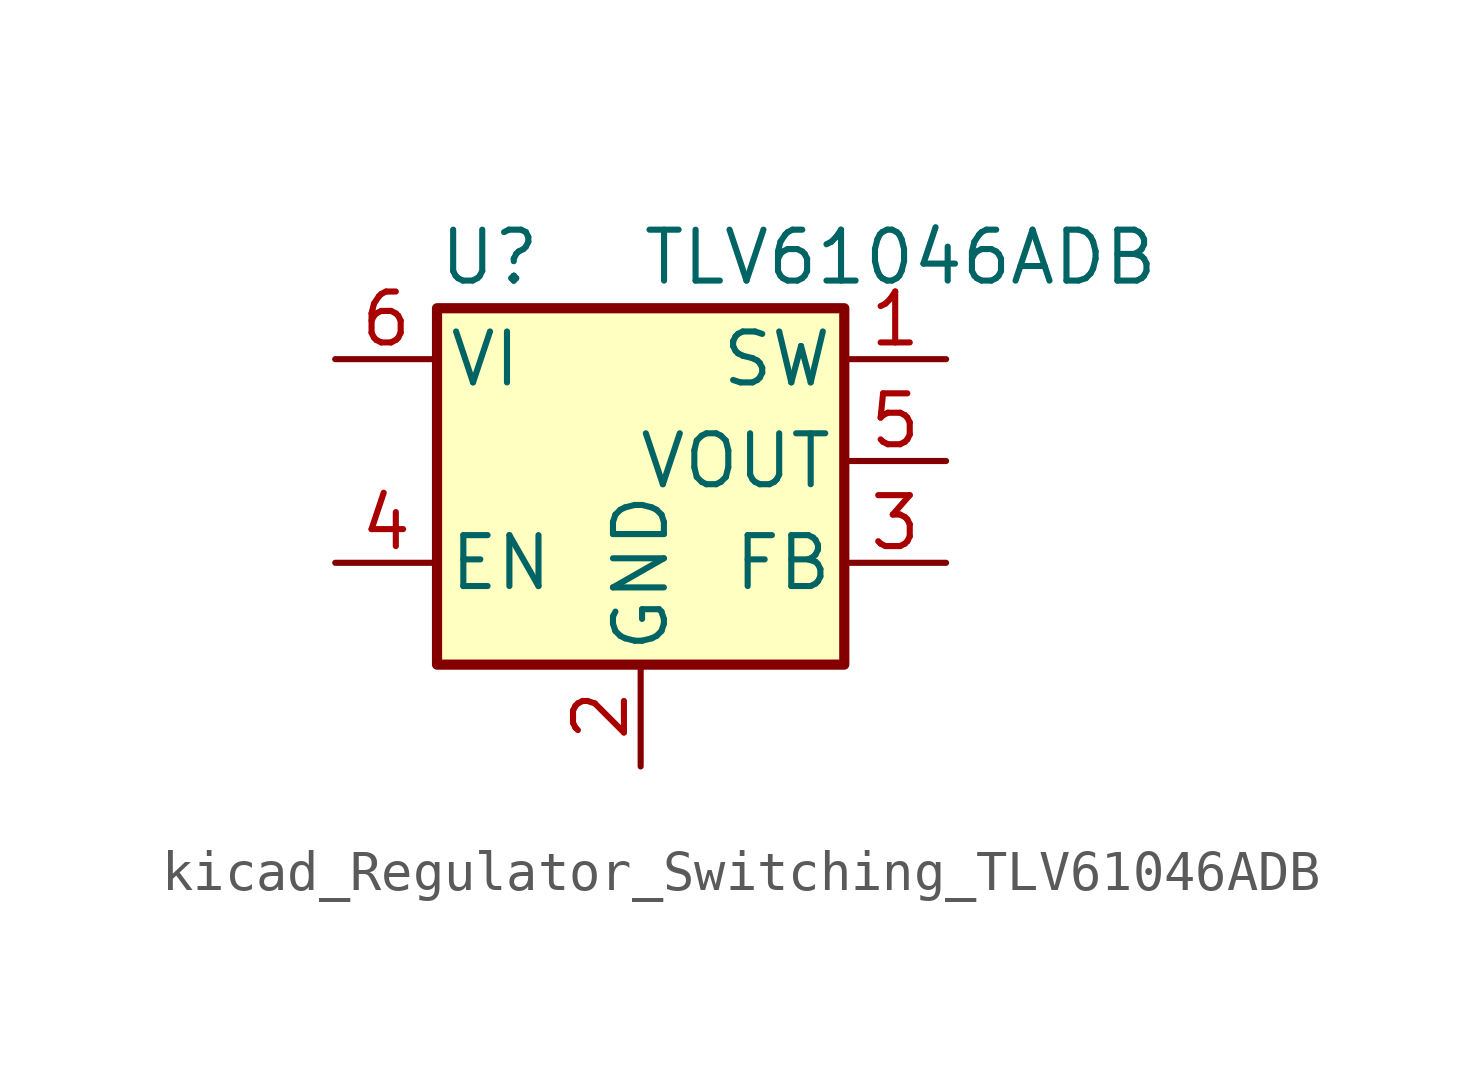
<source format=kicad_sym>
(kicad_symbol_lib
  (version 20220914)
  (generator kicad_symbol_editor)
  (symbol "kicad_Regulator_Switching_TLV61046ADB"
    (pin_names
      (offset 0.254))
    (property "Reference" "U"
      (at -5.08 7.62 0)
      (effects (font (size 1.27 1.27)) (justify left)))
    (property "Value" "TLV61046ADB"
      (at 0 7.62 0)
      (effects (font (size 1.27 1.27)) (justify left)))
    (symbol "kicad_Regulator_Switching_TLV61046ADB_0_1"
      (rectangle (start -5.08 6.35) (end 5.08 -2.54) (stroke (width 0.254) (type default)) (fill (type background))))
    (symbol "kicad_Regulator_Switching_TLV61046ADB_1_1"
      (pin power_in line (at 7.62 5.08 180) (length 2.54) (name "SW" (effects (font (size 1.27 1.27)))) (number "1" (effects (font (size 1.27 1.27)))))
      (pin power_in line (at 0 -5.08 90) (length 2.54) (name "GND" (effects (font (size 1.27 1.27)))) (number "2" (effects (font (size 1.27 1.27)))))
      (pin input line (at 7.62 0 180) (length 2.54) (name "FB" (effects (font (size 1.27 1.27)))) (number "3" (effects (font (size 1.27 1.27)))))
      (pin input line (at -7.62 0 0) (length 2.54) (name "EN" (effects (font (size 1.27 1.27)))) (number "4" (effects (font (size 1.27 1.27)))))
      (pin power_out line (at 7.62 2.54 180) (length 2.54) (name "VOUT" (effects (font (size 1.27 1.27)))) (number "5" (effects (font (size 1.27 1.27)))))
      (pin power_in line (at -7.62 5.08 0) (length 2.54) (name "VI" (effects (font (size 1.27 1.27)))) (number "6" (effects (font (size 1.27 1.27))))))))
</source>
